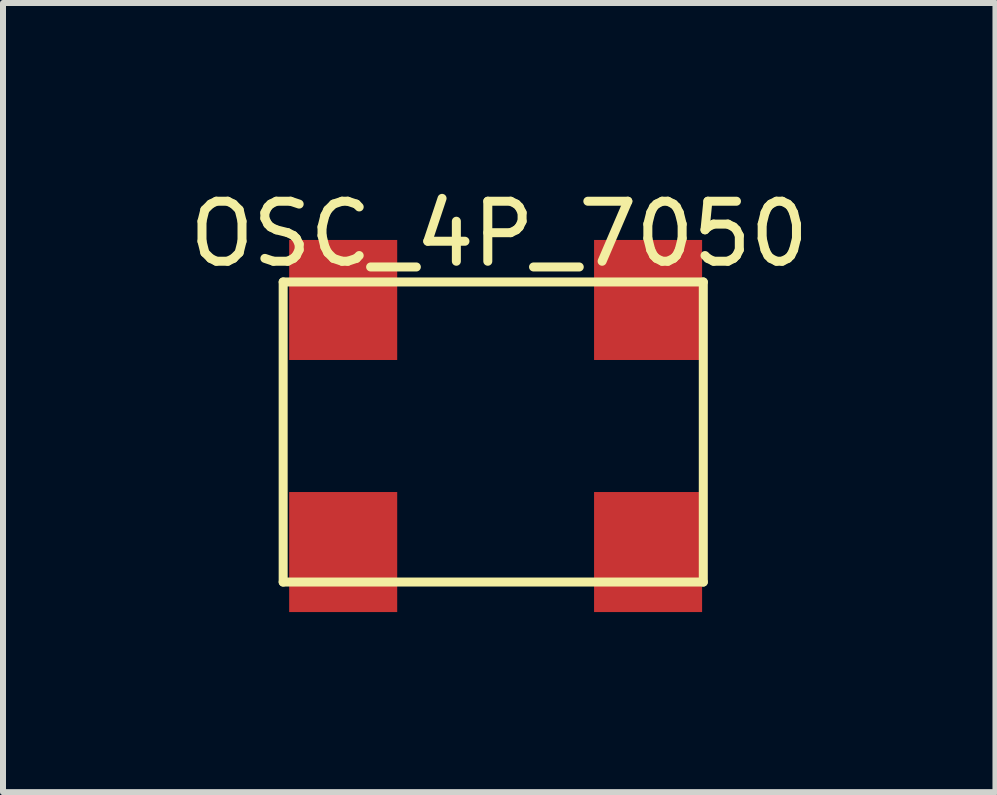
<source format=kicad_pcb>
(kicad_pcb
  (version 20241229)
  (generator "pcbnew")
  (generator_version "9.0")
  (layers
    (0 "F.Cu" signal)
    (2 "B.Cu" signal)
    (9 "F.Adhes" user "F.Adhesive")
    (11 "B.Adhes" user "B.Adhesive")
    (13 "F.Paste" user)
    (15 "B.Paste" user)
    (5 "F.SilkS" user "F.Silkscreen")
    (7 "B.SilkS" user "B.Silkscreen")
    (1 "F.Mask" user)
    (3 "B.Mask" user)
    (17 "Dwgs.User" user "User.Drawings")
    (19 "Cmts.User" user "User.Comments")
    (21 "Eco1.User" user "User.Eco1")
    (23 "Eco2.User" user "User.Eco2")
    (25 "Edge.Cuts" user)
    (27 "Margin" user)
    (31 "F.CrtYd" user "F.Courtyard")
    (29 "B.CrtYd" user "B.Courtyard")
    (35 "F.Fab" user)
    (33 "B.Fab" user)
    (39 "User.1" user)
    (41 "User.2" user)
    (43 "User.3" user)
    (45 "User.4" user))
  (footprint "OSC_4P_7050"
    (layer "F.Cu")
    (at 2.668 6.148)
    (property "Reference" "OSC_4P_7050" (at 2.6 -5.3 0) (layer "F.SilkS") (effects (font (size 1 1) (thickness 0.15))))
    (attr through_hole)
    (fp_line (start -1 -4.5) (end -1 0.5) (stroke (width 0.15) (type solid)) (layer "F.SilkS"))
    (fp_line (start -1 0.5) (end 6 0.5) (stroke (width 0.15) (type solid)) (layer "F.SilkS"))
    (fp_line (start 6 -4.5) (end -1 -4.5) (stroke (width 0.15) (type solid)) (layer "F.SilkS"))
    (fp_line (start 6 0.5) (end 6 -4.5) (stroke (width 0.15) (type solid)) (layer "F.SilkS"))
    (pad "1" smd rect (at 0 0) (size 1.8 2) (layers "F.Cu" "F.Mask" "F.Paste"))
    (pad "2" smd rect (at 5.08 0) (size 1.8 2) (layers "F.Cu" "F.Mask" "F.Paste"))
    (pad "3" smd rect (at 5.08 -4.2) (size 1.8 2) (layers "F.Cu" "F.Mask" "F.Paste"))
    (pad "4" smd rect (at 0 -4.2) (size 1.8 2) (layers "F.Cu" "F.Mask" "F.Paste")))
  (gr_rect
    (start -3 -3)
    (end 13.536 10.148)
    (stroke (width 0.1) (type default))
    (fill no)
    (layer "Edge.Cuts")))
</source>
